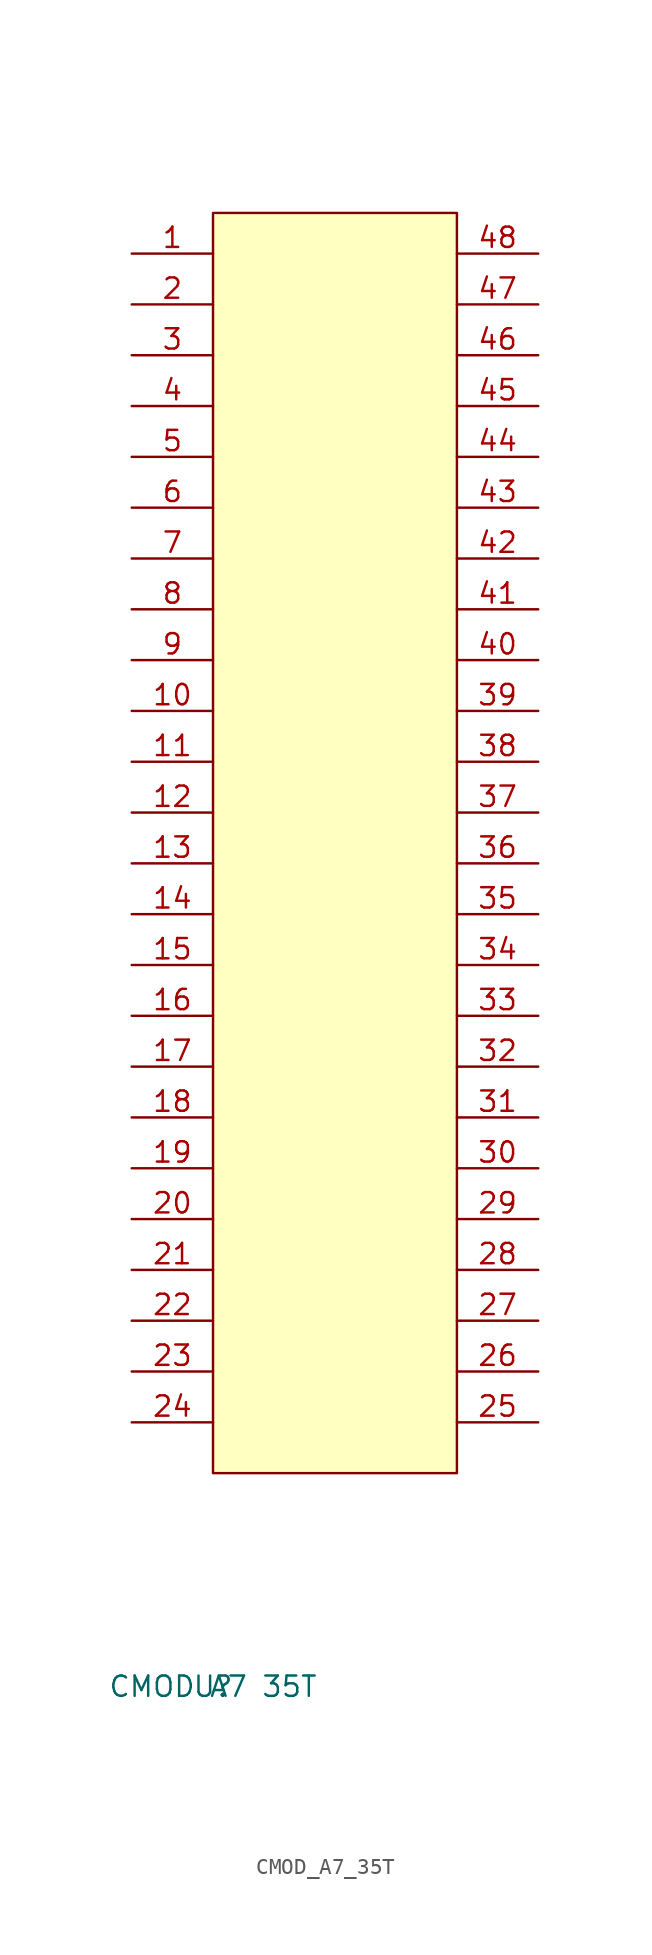
<source format=kicad_sym>
(kicad_symbol_lib
  (version 20231120)
  (generator "kicad_symbol_editor")
  (generator_version "8.0")
  (symbol "CMOD_A7_35T"
    (property "Reference" "U"
      (at 0 -13.335 0)
      (effects (font (size 1.27 1.27))))
    (property "Value" "CMOD A7 35T"
      (at 0 -13.335 0)
      (effects (font (size 1.27 1.27))))
    (symbol "CMOD_A7_35T_1_1"
      (rectangle (start 0 78.74) (end 15.24 0) (stroke (width 0) (type default)) (fill (type background)))
      (pin input line (at -5.08 76.2 0) (length 5.08) (name "" (effects (font (size 1.27 1.27)))) (number "1" (effects (font (size 1.27 1.27)))))
      (pin input line (at -5.08 47.625 0) (length 5.08) (name "" (effects (font (size 1.27 1.27)))) (number "10" (effects (font (size 1.27 1.27)))))
      (pin input line (at -5.08 44.45 0) (length 5.08) (name "" (effects (font (size 1.27 1.27)))) (number "11" (effects (font (size 1.27 1.27)))))
      (pin input line (at -5.08 41.275 0) (length 5.08) (name "" (effects (font (size 1.27 1.27)))) (number "12" (effects (font (size 1.27 1.27)))))
      (pin input line (at -5.08 38.1 0) (length 5.08) (name "" (effects (font (size 1.27 1.27)))) (number "13" (effects (font (size 1.27 1.27)))))
      (pin input line (at -5.08 34.925 0) (length 5.08) (name "" (effects (font (size 1.27 1.27)))) (number "14" (effects (font (size 1.27 1.27)))))
      (pin input line (at -5.08 31.75 0) (length 5.08) (name "" (effects (font (size 1.27 1.27)))) (number "15" (effects (font (size 1.27 1.27)))))
      (pin input line (at -5.08 28.575 0) (length 5.08) (name "" (effects (font (size 1.27 1.27)))) (number "16" (effects (font (size 1.27 1.27)))))
      (pin input line (at -5.08 25.4 0) (length 5.08) (name "" (effects (font (size 1.27 1.27)))) (number "17" (effects (font (size 1.27 1.27)))))
      (pin input line (at -5.08 22.225 0) (length 5.08) (name "" (effects (font (size 1.27 1.27)))) (number "18" (effects (font (size 1.27 1.27)))))
      (pin input line (at -5.08 19.05 0) (length 5.08) (name "" (effects (font (size 1.27 1.27)))) (number "19" (effects (font (size 1.27 1.27)))))
      (pin input line (at -5.08 73.025 0) (length 5.08) (name "" (effects (font (size 1.27 1.27)))) (number "2" (effects (font (size 1.27 1.27)))))
      (pin input line (at -5.08 15.875 0) (length 5.08) (name "" (effects (font (size 1.27 1.27)))) (number "20" (effects (font (size 1.27 1.27)))))
      (pin input line (at -5.08 12.7 0) (length 5.08) (name "" (effects (font (size 1.27 1.27)))) (number "21" (effects (font (size 1.27 1.27)))))
      (pin input line (at -5.08 9.525 0) (length 5.08) (name "" (effects (font (size 1.27 1.27)))) (number "22" (effects (font (size 1.27 1.27)))))
      (pin input line (at -5.08 6.35 0) (length 5.08) (name "" (effects (font (size 1.27 1.27)))) (number "23" (effects (font (size 1.27 1.27)))))
      (pin input line (at -5.08 3.175 0) (length 5.08) (name "" (effects (font (size 1.27 1.27)))) (number "24" (effects (font (size 1.27 1.27)))))
      (pin input line (at 20.32 3.175 180) (length 5.08) (name "" (effects (font (size 1.27 1.27)))) (number "25" (effects (font (size 1.27 1.27)))))
      (pin input line (at 20.32 6.35 180) (length 5.08) (name "" (effects (font (size 1.27 1.27)))) (number "26" (effects (font (size 1.27 1.27)))))
      (pin input line (at 20.32 9.525 180) (length 5.08) (name "" (effects (font (size 1.27 1.27)))) (number "27" (effects (font (size 1.27 1.27)))))
      (pin input line (at 20.32 12.7 180) (length 5.08) (name "" (effects (font (size 1.27 1.27)))) (number "28" (effects (font (size 1.27 1.27)))))
      (pin input line (at 20.32 15.875 180) (length 5.08) (name "" (effects (font (size 1.27 1.27)))) (number "29" (effects (font (size 1.27 1.27)))))
      (pin input line (at -5.08 69.85 0) (length 5.08) (name "" (effects (font (size 1.27 1.27)))) (number "3" (effects (font (size 1.27 1.27)))))
      (pin input line (at 20.32 19.05 180) (length 5.08) (name "" (effects (font (size 1.27 1.27)))) (number "30" (effects (font (size 1.27 1.27)))))
      (pin input line (at 20.32 22.225 180) (length 5.08) (name "" (effects (font (size 1.27 1.27)))) (number "31" (effects (font (size 1.27 1.27)))))
      (pin input line (at 20.32 25.4 180) (length 5.08) (name "" (effects (font (size 1.27 1.27)))) (number "32" (effects (font (size 1.27 1.27)))))
      (pin input line (at 20.32 28.575 180) (length 5.08) (name "" (effects (font (size 1.27 1.27)))) (number "33" (effects (font (size 1.27 1.27)))))
      (pin input line (at 20.32 31.75 180) (length 5.08) (name "" (effects (font (size 1.27 1.27)))) (number "34" (effects (font (size 1.27 1.27)))))
      (pin input line (at 20.32 34.925 180) (length 5.08) (name "" (effects (font (size 1.27 1.27)))) (number "35" (effects (font (size 1.27 1.27)))))
      (pin input line (at 20.32 38.1 180) (length 5.08) (name "" (effects (font (size 1.27 1.27)))) (number "36" (effects (font (size 1.27 1.27)))))
      (pin input line (at 20.32 41.275 180) (length 5.08) (name "" (effects (font (size 1.27 1.27)))) (number "37" (effects (font (size 1.27 1.27)))))
      (pin input line (at 20.32 44.45 180) (length 5.08) (name "" (effects (font (size 1.27 1.27)))) (number "38" (effects (font (size 1.27 1.27)))))
      (pin input line (at 20.32 47.625 180) (length 5.08) (name "" (effects (font (size 1.27 1.27)))) (number "39" (effects (font (size 1.27 1.27)))))
      (pin input line (at -5.08 66.675 0) (length 5.08) (name "" (effects (font (size 1.27 1.27)))) (number "4" (effects (font (size 1.27 1.27)))))
      (pin input line (at 20.32 50.8 180) (length 5.08) (name "" (effects (font (size 1.27 1.27)))) (number "40" (effects (font (size 1.27 1.27)))))
      (pin input line (at 20.32 53.975 180) (length 5.08) (name "" (effects (font (size 1.27 1.27)))) (number "41" (effects (font (size 1.27 1.27)))))
      (pin input line (at 20.32 57.15 180) (length 5.08) (name "" (effects (font (size 1.27 1.27)))) (number "42" (effects (font (size 1.27 1.27)))))
      (pin input line (at 20.32 60.325 180) (length 5.08) (name "" (effects (font (size 1.27 1.27)))) (number "43" (effects (font (size 1.27 1.27)))))
      (pin input line (at 20.32 63.5 180) (length 5.08) (name "" (effects (font (size 1.27 1.27)))) (number "44" (effects (font (size 1.27 1.27)))))
      (pin input line (at 20.32 66.675 180) (length 5.08) (name "" (effects (font (size 1.27 1.27)))) (number "45" (effects (font (size 1.27 1.27)))))
      (pin input line (at 20.32 69.85 180) (length 5.08) (name "" (effects (font (size 1.27 1.27)))) (number "46" (effects (font (size 1.27 1.27)))))
      (pin input line (at 20.32 73.025 180) (length 5.08) (name "" (effects (font (size 1.27 1.27)))) (number "47" (effects (font (size 1.27 1.27)))))
      (pin input line (at 20.32 76.2 180) (length 5.08) (name "" (effects (font (size 1.27 1.27)))) (number "48" (effects (font (size 1.27 1.27)))))
      (pin input line (at -5.08 63.5 0) (length 5.08) (name "" (effects (font (size 1.27 1.27)))) (number "5" (effects (font (size 1.27 1.27)))))
      (pin input line (at -5.08 60.325 0) (length 5.08) (name "" (effects (font (size 1.27 1.27)))) (number "6" (effects (font (size 1.27 1.27)))))
      (pin input line (at -5.08 57.15 0) (length 5.08) (name "" (effects (font (size 1.27 1.27)))) (number "7" (effects (font (size 1.27 1.27)))))
      (pin input line (at -5.08 53.975 0) (length 5.08) (name "" (effects (font (size 1.27 1.27)))) (number "8" (effects (font (size 1.27 1.27)))))
      (pin input line (at -5.08 50.8 0) (length 5.08) (name "" (effects (font (size 1.27 1.27)))) (number "9" (effects (font (size 1.27 1.27))))))))
</source>
